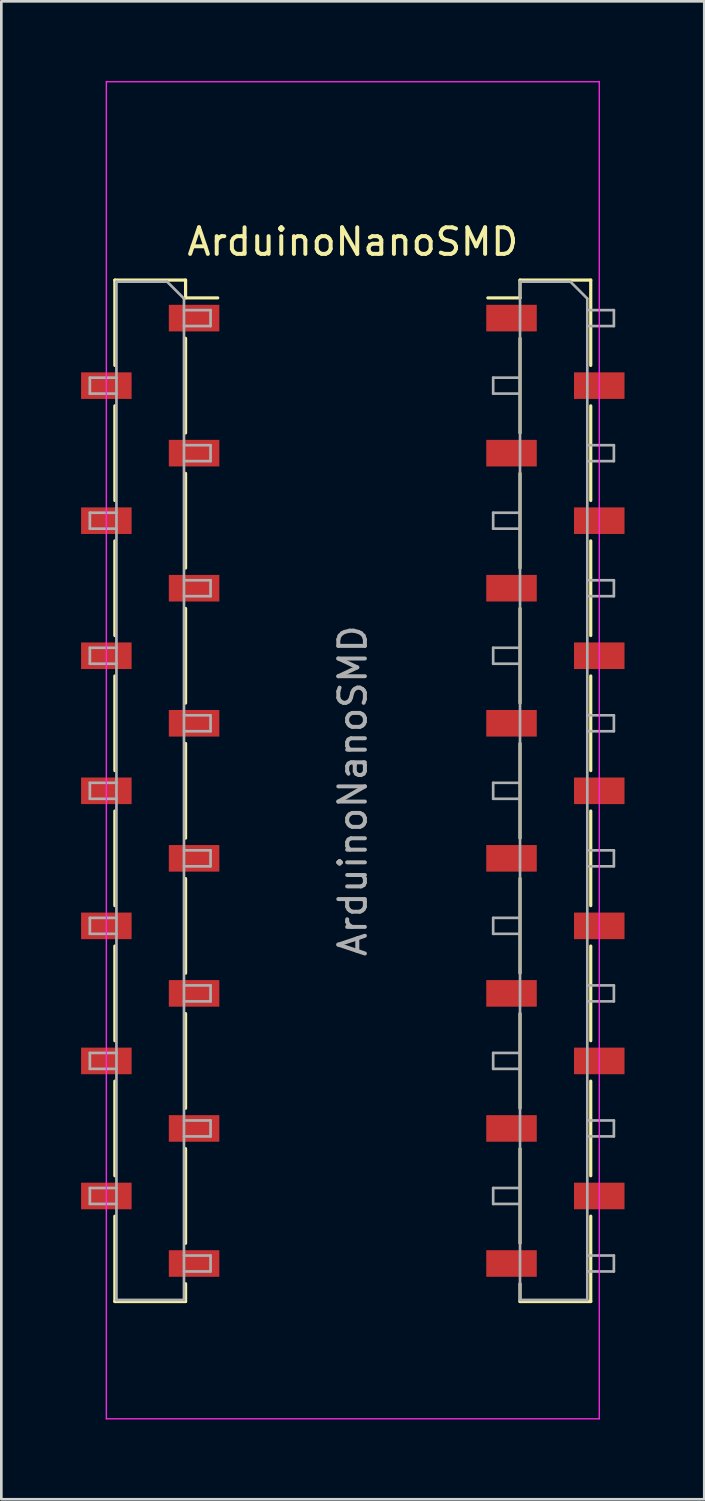
<source format=kicad_pcb>
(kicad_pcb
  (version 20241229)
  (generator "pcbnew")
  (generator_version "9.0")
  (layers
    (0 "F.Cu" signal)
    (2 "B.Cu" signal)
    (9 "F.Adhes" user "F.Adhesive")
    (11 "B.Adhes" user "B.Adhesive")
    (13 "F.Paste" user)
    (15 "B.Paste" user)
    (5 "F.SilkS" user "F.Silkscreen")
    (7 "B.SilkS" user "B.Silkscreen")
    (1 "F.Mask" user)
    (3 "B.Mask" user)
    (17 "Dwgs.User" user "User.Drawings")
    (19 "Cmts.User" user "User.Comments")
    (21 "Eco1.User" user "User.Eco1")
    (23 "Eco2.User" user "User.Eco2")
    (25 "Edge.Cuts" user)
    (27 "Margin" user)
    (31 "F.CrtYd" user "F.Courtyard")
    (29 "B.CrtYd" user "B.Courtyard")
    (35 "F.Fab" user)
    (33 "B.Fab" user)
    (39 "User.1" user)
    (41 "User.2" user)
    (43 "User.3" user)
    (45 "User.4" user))
  (footprint "ArduinoNanoSMD"
    (layer "F.Cu")
    (at 10.22 26.695)
    (property "Reference" "ArduinoNanoSMD" (at 0 -20.65 0) (layer "F.SilkS") (effects (font (size 1 1) (thickness 0.15))))
    (attr smd)
    (fp_line (start -8.95 -19.21) (end -8.95 -16) (stroke (width 0.12) (type solid)) (layer "F.SilkS"))
    (fp_line (start -8.95 -19.21) (end -6.29 -19.21) (stroke (width 0.12) (type solid)) (layer "F.SilkS"))
    (fp_line (start -8.95 -14.48) (end -8.95 -10.92) (stroke (width 0.12) (type solid)) (layer "F.SilkS"))
    (fp_line (start -8.95 -9.4) (end -8.95 -5.84) (stroke (width 0.12) (type solid)) (layer "F.SilkS"))
    (fp_line (start -8.95 -4.32) (end -8.95 -0.76) (stroke (width 0.12) (type solid)) (layer "F.SilkS"))
    (fp_line (start -8.95 0.76) (end -8.95 4.32) (stroke (width 0.12) (type solid)) (layer "F.SilkS"))
    (fp_line (start -8.95 5.84) (end -8.95 9.4) (stroke (width 0.12) (type solid)) (layer "F.SilkS"))
    (fp_line (start -8.95 10.92) (end -8.95 14.48) (stroke (width 0.12) (type solid)) (layer "F.SilkS"))
    (fp_line (start -8.95 16) (end -8.95 19.21) (stroke (width 0.12) (type solid)) (layer "F.SilkS"))
    (fp_line (start -8.95 19.21) (end -6.29 19.21) (stroke (width 0.12) (type solid)) (layer "F.SilkS"))
    (fp_line (start -6.29 -19.21) (end -6.29 -18.54) (stroke (width 0.12) (type solid)) (layer "F.SilkS"))
    (fp_line (start -6.29 -18.54) (end -5.08 -18.54) (stroke (width 0.12) (type solid)) (layer "F.SilkS"))
    (fp_line (start -6.29 -17.02) (end -6.29 -13.46) (stroke (width 0.12) (type solid)) (layer "F.SilkS"))
    (fp_line (start -6.29 -11.94) (end -6.29 -8.38) (stroke (width 0.12) (type solid)) (layer "F.SilkS"))
    (fp_line (start -6.29 -6.86) (end -6.29 -3.3) (stroke (width 0.12) (type solid)) (layer "F.SilkS"))
    (fp_line (start -6.29 -1.78) (end -6.29 1.78) (stroke (width 0.12) (type solid)) (layer "F.SilkS"))
    (fp_line (start -6.29 3.3) (end -6.29 6.86) (stroke (width 0.12) (type solid)) (layer "F.SilkS"))
    (fp_line (start -6.29 8.38) (end -6.29 11.94) (stroke (width 0.12) (type solid)) (layer "F.SilkS"))
    (fp_line (start -6.29 13.46) (end -6.29 17.02) (stroke (width 0.12) (type solid)) (layer "F.SilkS"))
    (fp_line (start -6.29 18.54) (end -6.29 19.21) (stroke (width 0.12) (type solid)) (layer "F.SilkS"))
    (fp_line (start 6.29 -19.21) (end 6.29 -18.54) (stroke (width 0.12) (type solid)) (layer "F.SilkS"))
    (fp_line (start 6.29 -19.21) (end 8.95 -19.21) (stroke (width 0.12) (type solid)) (layer "F.SilkS"))
    (fp_line (start 6.29 -18.54) (end 5.08 -18.54) (stroke (width 0.12) (type solid)) (layer "F.SilkS"))
    (fp_line (start 6.29 -17.02) (end 6.29 -13.46) (stroke (width 0.12) (type solid)) (layer "F.SilkS"))
    (fp_line (start 6.29 -11.94) (end 6.29 -8.38) (stroke (width 0.12) (type solid)) (layer "F.SilkS"))
    (fp_line (start 6.29 -6.86) (end 6.29 -3.3) (stroke (width 0.12) (type solid)) (layer "F.SilkS"))
    (fp_line (start 6.29 -1.78) (end 6.29 1.78) (stroke (width 0.12) (type solid)) (layer "F.SilkS"))
    (fp_line (start 6.29 3.3) (end 6.29 6.86) (stroke (width 0.12) (type solid)) (layer "F.SilkS"))
    (fp_line (start 6.29 8.38) (end 6.29 11.94) (stroke (width 0.12) (type solid)) (layer "F.SilkS"))
    (fp_line (start 6.29 13.46) (end 6.29 17.02) (stroke (width 0.12) (type solid)) (layer "F.SilkS"))
    (fp_line (start 6.29 18.54) (end 6.29 19.21) (stroke (width 0.12) (type solid)) (layer "F.SilkS"))
    (fp_line (start 6.29 19.21) (end 8.95 19.21) (stroke (width 0.12) (type solid)) (layer "F.SilkS"))
    (fp_line (start 8.95 -19.21) (end 8.95 -16) (stroke (width 0.12) (type solid)) (layer "F.SilkS"))
    (fp_line (start 8.95 -14.48) (end 8.95 -10.92) (stroke (width 0.12) (type solid)) (layer "F.SilkS"))
    (fp_line (start 8.95 -9.4) (end 8.95 -5.84) (stroke (width 0.12) (type solid)) (layer "F.SilkS"))
    (fp_line (start 8.95 -4.32) (end 8.95 -0.76) (stroke (width 0.12) (type solid)) (layer "F.SilkS"))
    (fp_line (start 8.95 0.76) (end 8.95 4.32) (stroke (width 0.12) (type solid)) (layer "F.SilkS"))
    (fp_line (start 8.95 5.84) (end 8.95 9.4) (stroke (width 0.12) (type solid)) (layer "F.SilkS"))
    (fp_line (start 8.95 10.92) (end 8.95 14.48) (stroke (width 0.12) (type solid)) (layer "F.SilkS"))
    (fp_line (start 8.95 16) (end 8.95 19.21) (stroke (width 0.12) (type solid)) (layer "F.SilkS"))
    (fp_line (start -9.271 -26.67) (end 9.271 -26.67) (stroke (width 0.05) (type solid)) (layer "F.CrtYd"))
    (fp_line (start -9.271 23.622) (end -9.271 -26.67) (stroke (width 0.05) (type solid)) (layer "F.CrtYd"))
    (fp_line (start 9.271 -26.67) (end 9.271 23.622) (stroke (width 0.05) (type solid)) (layer "F.CrtYd"))
    (fp_line (start 9.271 23.622) (end -9.271 23.622) (stroke (width 0.05) (type solid)) (layer "F.CrtYd"))
    (fp_line (start -9.89 -15.54) (end -8.89 -15.54) (stroke (width 0.1) (type solid)) (layer "F.Fab"))
    (fp_line (start -9.89 -14.94) (end -9.89 -15.54) (stroke (width 0.1) (type solid)) (layer "F.Fab"))
    (fp_line (start -9.89 -10.46) (end -8.89 -10.46) (stroke (width 0.1) (type solid)) (layer "F.Fab"))
    (fp_line (start -9.89 -9.86) (end -9.89 -10.46) (stroke (width 0.1) (type solid)) (layer "F.Fab"))
    (fp_line (start -9.89 -5.38) (end -8.89 -5.38) (stroke (width 0.1) (type solid)) (layer "F.Fab"))
    (fp_line (start -9.89 -4.78) (end -9.89 -5.38) (stroke (width 0.1) (type solid)) (layer "F.Fab"))
    (fp_line (start -9.89 -0.3) (end -8.89 -0.3) (stroke (width 0.1) (type solid)) (layer "F.Fab"))
    (fp_line (start -9.89 0.3) (end -9.89 -0.3) (stroke (width 0.1) (type solid)) (layer "F.Fab"))
    (fp_line (start -9.89 4.78) (end -8.89 4.78) (stroke (width 0.1) (type solid)) (layer "F.Fab"))
    (fp_line (start -9.89 5.38) (end -9.89 4.78) (stroke (width 0.1) (type solid)) (layer "F.Fab"))
    (fp_line (start -9.89 9.86) (end -8.89 9.86) (stroke (width 0.1) (type solid)) (layer "F.Fab"))
    (fp_line (start -9.89 10.46) (end -9.89 9.86) (stroke (width 0.1) (type solid)) (layer "F.Fab"))
    (fp_line (start -9.89 14.94) (end -8.89 14.94) (stroke (width 0.1) (type solid)) (layer "F.Fab"))
    (fp_line (start -9.89 15.54) (end -9.89 14.94) (stroke (width 0.1) (type solid)) (layer "F.Fab"))
    (fp_line (start -8.89 -19.15) (end -6.985 -19.15) (stroke (width 0.1) (type solid)) (layer "F.Fab"))
    (fp_line (start -8.89 -14.94) (end -9.89 -14.94) (stroke (width 0.1) (type solid)) (layer "F.Fab"))
    (fp_line (start -8.89 -9.86) (end -9.89 -9.86) (stroke (width 0.1) (type solid)) (layer "F.Fab"))
    (fp_line (start -8.89 -4.78) (end -9.89 -4.78) (stroke (width 0.1) (type solid)) (layer "F.Fab"))
    (fp_line (start -8.89 0.3) (end -9.89 0.3) (stroke (width 0.1) (type solid)) (layer "F.Fab"))
    (fp_line (start -8.89 5.38) (end -9.89 5.38) (stroke (width 0.1) (type solid)) (layer "F.Fab"))
    (fp_line (start -8.89 10.46) (end -9.89 10.46) (stroke (width 0.1) (type solid)) (layer "F.Fab"))
    (fp_line (start -8.89 15.54) (end -9.89 15.54) (stroke (width 0.1) (type solid)) (layer "F.Fab"))
    (fp_line (start -8.89 19.15) (end -8.89 -19.15) (stroke (width 0.1) (type solid)) (layer "F.Fab"))
    (fp_line (start -6.985 -19.15) (end -6.35 -18.515) (stroke (width 0.1) (type solid)) (layer "F.Fab"))
    (fp_line (start -6.35 -18.515) (end -6.35 19.15) (stroke (width 0.1) (type solid)) (layer "F.Fab"))
    (fp_line (start -6.35 -18.08) (end -5.35 -18.08) (stroke (width 0.1) (type solid)) (layer "F.Fab"))
    (fp_line (start -6.35 -13) (end -5.35 -13) (stroke (width 0.1) (type solid)) (layer "F.Fab"))
    (fp_line (start -6.35 -7.92) (end -5.35 -7.92) (stroke (width 0.1) (type solid)) (layer "F.Fab"))
    (fp_line (start -6.35 -2.84) (end -5.35 -2.84) (stroke (width 0.1) (type solid)) (layer "F.Fab"))
    (fp_line (start -6.35 2.24) (end -5.35 2.24) (stroke (width 0.1) (type solid)) (layer "F.Fab"))
    (fp_line (start -6.35 7.32) (end -5.35 7.32) (stroke (width 0.1) (type solid)) (layer "F.Fab"))
    (fp_line (start -6.35 12.4) (end -5.35 12.4) (stroke (width 0.1) (type solid)) (layer "F.Fab"))
    (fp_line (start -6.35 17.48) (end -5.35 17.48) (stroke (width 0.1) (type solid)) (layer "F.Fab"))
    (fp_line (start -6.35 19.15) (end -8.89 19.15) (stroke (width 0.1) (type solid)) (layer "F.Fab"))
    (fp_line (start -5.35 -18.08) (end -5.35 -17.48) (stroke (width 0.1) (type solid)) (layer "F.Fab"))
    (fp_line (start -5.35 -17.48) (end -6.35 -17.48) (stroke (width 0.1) (type solid)) (layer "F.Fab"))
    (fp_line (start -5.35 -13) (end -5.35 -12.4) (stroke (width 0.1) (type solid)) (layer "F.Fab"))
    (fp_line (start -5.35 -12.4) (end -6.35 -12.4) (stroke (width 0.1) (type solid)) (layer "F.Fab"))
    (fp_line (start -5.35 -7.92) (end -5.35 -7.32) (stroke (width 0.1) (type solid)) (layer "F.Fab"))
    (fp_line (start -5.35 -7.32) (end -6.35 -7.32) (stroke (width 0.1) (type solid)) (layer "F.Fab"))
    (fp_line (start -5.35 -2.84) (end -5.35 -2.24) (stroke (width 0.1) (type solid)) (layer "F.Fab"))
    (fp_line (start -5.35 -2.24) (end -6.35 -2.24) (stroke (width 0.1) (type solid)) (layer "F.Fab"))
    (fp_line (start -5.35 2.24) (end -5.35 2.84) (stroke (width 0.1) (type solid)) (layer "F.Fab"))
    (fp_line (start -5.35 2.84) (end -6.35 2.84) (stroke (width 0.1) (type solid)) (layer "F.Fab"))
    (fp_line (start -5.35 7.32) (end -5.35 7.92) (stroke (width 0.1) (type solid)) (layer "F.Fab"))
    (fp_line (start -5.35 7.92) (end -6.35 7.92) (stroke (width 0.1) (type solid)) (layer "F.Fab"))
    (fp_line (start -5.35 12.4) (end -5.35 13) (stroke (width 0.1) (type solid)) (layer "F.Fab"))
    (fp_line (start -5.35 13) (end -6.35 13) (stroke (width 0.1) (type solid)) (layer "F.Fab"))
    (fp_line (start -5.35 17.48) (end -5.35 18.08) (stroke (width 0.1) (type solid)) (layer "F.Fab"))
    (fp_line (start -5.35 18.08) (end -6.35 18.08) (stroke (width 0.1) (type solid)) (layer "F.Fab"))
    (fp_line (start 5.28 -15.54) (end 6.28 -15.54) (stroke (width 0.1) (type solid)) (layer "F.Fab"))
    (fp_line (start 5.28 -14.94) (end 5.28 -15.54) (stroke (width 0.1) (type solid)) (layer "F.Fab"))
    (fp_line (start 5.28 -10.46) (end 6.28 -10.46) (stroke (width 0.1) (type solid)) (layer "F.Fab"))
    (fp_line (start 5.28 -9.86) (end 5.28 -10.46) (stroke (width 0.1) (type solid)) (layer "F.Fab"))
    (fp_line (start 5.28 -5.38) (end 6.28 -5.38) (stroke (width 0.1) (type solid)) (layer "F.Fab"))
    (fp_line (start 5.28 -4.78) (end 5.28 -5.38) (stroke (width 0.1) (type solid)) (layer "F.Fab"))
    (fp_line (start 5.28 -0.3) (end 6.28 -0.3) (stroke (width 0.1) (type solid)) (layer "F.Fab"))
    (fp_line (start 5.28 0.3) (end 5.28 -0.3) (stroke (width 0.1) (type solid)) (layer "F.Fab"))
    (fp_line (start 5.28 4.78) (end 6.28 4.78) (stroke (width 0.1) (type solid)) (layer "F.Fab"))
    (fp_line (start 5.28 5.38) (end 5.28 4.78) (stroke (width 0.1) (type solid)) (layer "F.Fab"))
    (fp_line (start 5.28 9.86) (end 6.28 9.86) (stroke (width 0.1) (type solid)) (layer "F.Fab"))
    (fp_line (start 5.28 10.46) (end 5.28 9.86) (stroke (width 0.1) (type solid)) (layer "F.Fab"))
    (fp_line (start 5.28 14.94) (end 6.28 14.94) (stroke (width 0.1) (type solid)) (layer "F.Fab"))
    (fp_line (start 5.28 15.54) (end 5.28 14.94) (stroke (width 0.1) (type solid)) (layer "F.Fab"))
    (fp_line (start 6.28 -19.15) (end 8.185 -19.15) (stroke (width 0.1) (type solid)) (layer "F.Fab"))
    (fp_line (start 6.28 -14.94) (end 5.28 -14.94) (stroke (width 0.1) (type solid)) (layer "F.Fab"))
    (fp_line (start 6.28 -9.86) (end 5.28 -9.86) (stroke (width 0.1) (type solid)) (layer "F.Fab"))
    (fp_line (start 6.28 -4.78) (end 5.28 -4.78) (stroke (width 0.1) (type solid)) (layer "F.Fab"))
    (fp_line (start 6.28 0.3) (end 5.28 0.3) (stroke (width 0.1) (type solid)) (layer "F.Fab"))
    (fp_line (start 6.28 5.38) (end 5.28 5.38) (stroke (width 0.1) (type solid)) (layer "F.Fab"))
    (fp_line (start 6.28 10.46) (end 5.28 10.46) (stroke (width 0.1) (type solid)) (layer "F.Fab"))
    (fp_line (start 6.28 15.54) (end 5.28 15.54) (stroke (width 0.1) (type solid)) (layer "F.Fab"))
    (fp_line (start 6.29 19.15) (end 6.29 -19.15) (stroke (width 0.1) (type solid)) (layer "F.Fab"))
    (fp_line (start 8.185 -19.15) (end 8.82 -18.515) (stroke (width 0.1) (type solid)) (layer "F.Fab"))
    (fp_line (start 8.82 -18.515) (end 8.82 19.15) (stroke (width 0.1) (type solid)) (layer "F.Fab"))
    (fp_line (start 8.82 -18.08) (end 9.82 -18.08) (stroke (width 0.1) (type solid)) (layer "F.Fab"))
    (fp_line (start 8.82 -13) (end 9.82 -13) (stroke (width 0.1) (type solid)) (layer "F.Fab"))
    (fp_line (start 8.82 -7.92) (end 9.82 -7.92) (stroke (width 0.1) (type solid)) (layer "F.Fab"))
    (fp_line (start 8.82 -2.84) (end 9.82 -2.84) (stroke (width 0.1) (type solid)) (layer "F.Fab"))
    (fp_line (start 8.82 2.24) (end 9.82 2.24) (stroke (width 0.1) (type solid)) (layer "F.Fab"))
    (fp_line (start 8.82 7.32) (end 9.82 7.32) (stroke (width 0.1) (type solid)) (layer "F.Fab"))
    (fp_line (start 8.82 12.4) (end 9.82 12.4) (stroke (width 0.1) (type solid)) (layer "F.Fab"))
    (fp_line (start 8.82 17.48) (end 9.82 17.48) (stroke (width 0.1) (type solid)) (layer "F.Fab"))
    (fp_line (start 8.82 19.15) (end 6.28 19.15) (stroke (width 0.1) (type solid)) (layer "F.Fab"))
    (fp_line (start 9.82 -18.08) (end 9.82 -17.48) (stroke (width 0.1) (type solid)) (layer "F.Fab"))
    (fp_line (start 9.82 -17.48) (end 8.82 -17.48) (stroke (width 0.1) (type solid)) (layer "F.Fab"))
    (fp_line (start 9.82 -13) (end 9.82 -12.4) (stroke (width 0.1) (type solid)) (layer "F.Fab"))
    (fp_line (start 9.82 -12.4) (end 8.82 -12.4) (stroke (width 0.1) (type solid)) (layer "F.Fab"))
    (fp_line (start 9.82 -7.92) (end 9.82 -7.32) (stroke (width 0.1) (type solid)) (layer "F.Fab"))
    (fp_line (start 9.82 -7.32) (end 8.82 -7.32) (stroke (width 0.1) (type solid)) (layer "F.Fab"))
    (fp_line (start 9.82 -2.84) (end 9.82 -2.24) (stroke (width 0.1) (type solid)) (layer "F.Fab"))
    (fp_line (start 9.82 -2.24) (end 8.82 -2.24) (stroke (width 0.1) (type solid)) (layer "F.Fab"))
    (fp_line (start 9.82 2.24) (end 9.82 2.84) (stroke (width 0.1) (type solid)) (layer "F.Fab"))
    (fp_line (start 9.82 2.84) (end 8.82 2.84) (stroke (width 0.1) (type solid)) (layer "F.Fab"))
    (fp_line (start 9.82 7.32) (end 9.82 7.92) (stroke (width 0.1) (type solid)) (layer "F.Fab"))
    (fp_line (start 9.82 7.92) (end 8.82 7.92) (stroke (width 0.1) (type solid)) (layer "F.Fab"))
    (fp_line (start 9.82 12.4) (end 9.82 13) (stroke (width 0.1) (type solid)) (layer "F.Fab"))
    (fp_line (start 9.82 13) (end 8.82 13) (stroke (width 0.1) (type solid)) (layer "F.Fab"))
    (fp_line (start 9.82 17.48) (end 9.82 18.08) (stroke (width 0.1) (type solid)) (layer "F.Fab"))
    (fp_line (start 9.82 18.08) (end 8.82 18.08) (stroke (width 0.1) (type solid)) (layer "F.Fab"))
    (fp_text user "${REFERENCE}" (at 0 0 90) (layer "F.Fab") (effects (font (size 1 1) (thickness 0.15))))
    (pad "1" smd rect (at -5.97 -17.78) (size 1.9 1) (layers "F.Cu" "F.Mask" "F.Paste"))
    (pad "2" smd rect (at -9.27 -15.24) (size 1.9 1) (layers "F.Cu" "F.Mask" "F.Paste"))
    (pad "3" smd rect (at -5.97 -12.7) (size 1.9 1) (layers "F.Cu" "F.Mask" "F.Paste"))
    (pad "4" smd rect (at -9.27 -10.16) (size 1.9 1) (layers "F.Cu" "F.Mask" "F.Paste"))
    (pad "5" smd rect (at -5.97 -7.62) (size 1.9 1) (layers "F.Cu" "F.Mask" "F.Paste"))
    (pad "6" smd rect (at -9.27 -5.08) (size 1.9 1) (layers "F.Cu" "F.Mask" "F.Paste"))
    (pad "7" smd rect (at -5.97 -2.54) (size 1.9 1) (layers "F.Cu" "F.Mask" "F.Paste"))
    (pad "8" smd rect (at -9.27 0) (size 1.9 1) (layers "F.Cu" "F.Mask" "F.Paste"))
    (pad "9" smd rect (at -5.97 2.54) (size 1.9 1) (layers "F.Cu" "F.Mask" "F.Paste"))
    (pad "10" smd rect (at -9.27 5.08) (size 1.9 1) (layers "F.Cu" "F.Mask" "F.Paste"))
    (pad "11" smd rect (at -5.97 7.62) (size 1.9 1) (layers "F.Cu" "F.Mask" "F.Paste"))
    (pad "12" smd rect (at -9.27 10.16) (size 1.9 1) (layers "F.Cu" "F.Mask" "F.Paste"))
    (pad "13" smd rect (at -5.97 12.7) (size 1.9 1) (layers "F.Cu" "F.Mask" "F.Paste"))
    (pad "14" smd rect (at -9.27 15.24) (size 1.9 1) (layers "F.Cu" "F.Mask" "F.Paste"))
    (pad "15" smd rect (at -5.97 17.78) (size 1.9 1) (layers "F.Cu" "F.Mask" "F.Paste"))
    (pad "16" smd rect (at 5.97 17.78) (size 1.9 1) (layers "F.Cu" "F.Mask" "F.Paste"))
    (pad "17" smd rect (at 9.27 15.24) (size 1.9 1) (layers "F.Cu" "F.Mask" "F.Paste"))
    (pad "18" smd rect (at 5.97 12.7) (size 1.9 1) (layers "F.Cu" "F.Mask" "F.Paste"))
    (pad "19" smd rect (at 9.27 10.16) (size 1.9 1) (layers "F.Cu" "F.Mask" "F.Paste"))
    (pad "20" smd rect (at 5.97 7.62) (size 1.9 1) (layers "F.Cu" "F.Mask" "F.Paste"))
    (pad "21" smd rect (at 9.27 5.08) (size 1.9 1) (layers "F.Cu" "F.Mask" "F.Paste"))
    (pad "22" smd rect (at 5.97 2.54) (size 1.9 1) (layers "F.Cu" "F.Mask" "F.Paste"))
    (pad "23" smd rect (at 9.27 0) (size 1.9 1) (layers "F.Cu" "F.Mask" "F.Paste"))
    (pad "24" smd rect (at 5.97 -2.54) (size 1.9 1) (layers "F.Cu" "F.Mask" "F.Paste"))
    (pad "25" smd rect (at 9.27 -5.08) (size 1.9 1) (layers "F.Cu" "F.Mask" "F.Paste"))
    (pad "26" smd rect (at 5.97 -7.62) (size 1.9 1) (layers "F.Cu" "F.Mask" "F.Paste"))
    (pad "27" smd rect (at 9.27 -10.16) (size 1.9 1) (layers "F.Cu" "F.Mask" "F.Paste"))
    (pad "28" smd rect (at 5.97 -12.7) (size 1.9 1) (layers "F.Cu" "F.Mask" "F.Paste"))
    (pad "29" smd rect (at 9.27 -15.24) (size 1.9 1) (layers "F.Cu" "F.Mask" "F.Paste"))
    (pad "30" smd rect (at 5.97 -17.78) (size 1.9 1) (layers "F.Cu" "F.Mask" "F.Paste")))
  (gr_rect
    (start -3 -3)
    (end 23.44 53.342)
    (stroke (width 0.1) (type default))
    (fill no)
    (layer "Edge.Cuts")))
</source>
